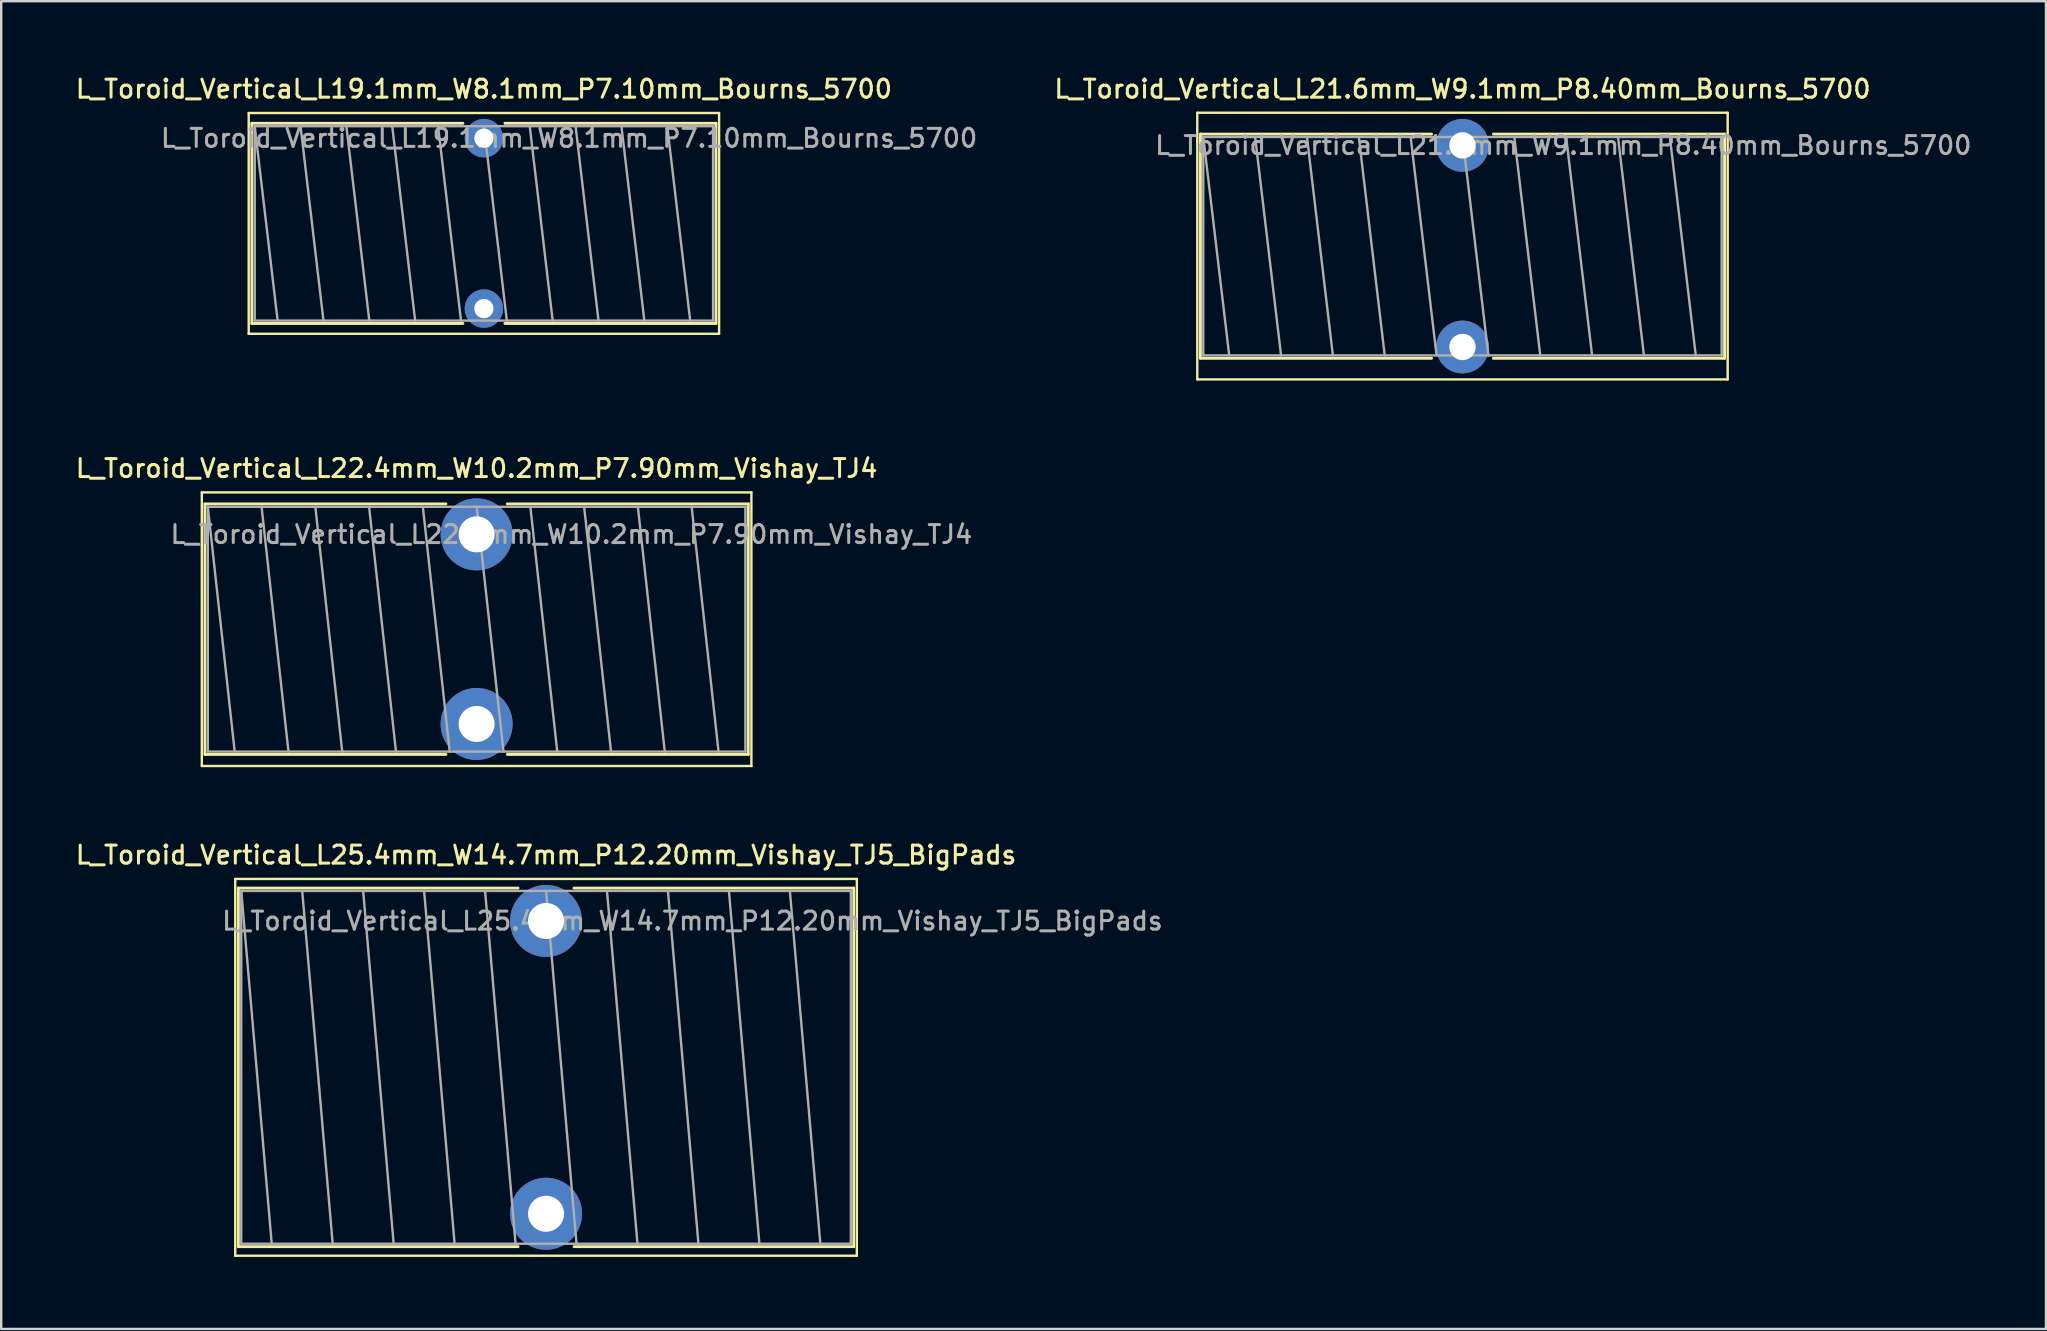
<source format=kicad_pcb>
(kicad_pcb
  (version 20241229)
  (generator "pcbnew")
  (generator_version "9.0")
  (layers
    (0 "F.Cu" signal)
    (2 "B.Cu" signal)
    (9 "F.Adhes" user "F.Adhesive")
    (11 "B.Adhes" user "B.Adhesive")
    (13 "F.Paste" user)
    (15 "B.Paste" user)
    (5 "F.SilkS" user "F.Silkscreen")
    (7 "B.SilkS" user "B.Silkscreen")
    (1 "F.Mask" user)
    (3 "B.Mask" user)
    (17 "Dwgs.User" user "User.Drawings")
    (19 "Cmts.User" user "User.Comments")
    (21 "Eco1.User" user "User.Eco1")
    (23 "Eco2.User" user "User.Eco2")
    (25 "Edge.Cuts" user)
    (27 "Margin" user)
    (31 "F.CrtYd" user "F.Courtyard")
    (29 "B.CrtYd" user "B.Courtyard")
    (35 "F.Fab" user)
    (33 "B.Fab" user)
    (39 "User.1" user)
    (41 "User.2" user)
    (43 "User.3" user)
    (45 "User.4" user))
  (footprint "L_Toroid_Vertical_L25.4mm_W14.7mm_P12.20mm_Vishay_TJ5_BigPads"
    (layer "F.Cu")
    (at 19.702 35.324)
    (property "Reference" "L_Toroid_Vertical_L25.4mm_W14.7mm_P12.20mm_Vishay_TJ5_BigPads" (at 0 -2.75 0) (layer "F.SilkS") (effects (font (size 0.75 0.75) (thickness 0.125))))
    (attr through_hole)
    (fp_line (start -12.95 -1.75) (end -12.95 13.95) (stroke (width 0.1) (type solid)) (layer "F.SilkS"))
    (fp_line (start -12.95 13.95) (end 12.95 13.95) (stroke (width 0.1) (type solid)) (layer "F.SilkS"))
    (fp_line (start -12.82 -1.37) (end -12.82 13.57) (stroke (width 0.12) (type solid)) (layer "F.SilkS"))
    (fp_line (start -12.82 -1.37) (end -1.166 -1.37) (stroke (width 0.12) (type solid)) (layer "F.SilkS"))
    (fp_line (start -12.82 13.57) (end -1.166 13.57) (stroke (width 0.12) (type solid)) (layer "F.SilkS"))
    (fp_line (start 1.166 -1.37) (end 12.82 -1.37) (stroke (width 0.12) (type solid)) (layer "F.SilkS"))
    (fp_line (start 1.166 13.57) (end 12.82 13.57) (stroke (width 0.12) (type solid)) (layer "F.SilkS"))
    (fp_line (start 12.82 -1.37) (end 12.82 13.57) (stroke (width 0.12) (type solid)) (layer "F.SilkS"))
    (fp_line (start 12.95 -1.75) (end -12.95 -1.75) (stroke (width 0.1) (type solid)) (layer "F.SilkS"))
    (fp_line (start 12.95 13.95) (end 12.95 -1.75) (stroke (width 0.1) (type solid)) (layer "F.SilkS"))
    (fp_line (start -12.7 -1.25) (end -12.7 13.45) (stroke (width 0.1) (type solid)) (layer "F.Fab"))
    (fp_line (start -12.7 -1.25) (end -11.43 13.45) (stroke (width 0.1) (type solid)) (layer "F.Fab"))
    (fp_line (start -12.7 13.45) (end 12.7 13.45) (stroke (width 0.1) (type solid)) (layer "F.Fab"))
    (fp_line (start -10.16 -1.25) (end -8.89 13.45) (stroke (width 0.1) (type solid)) (layer "F.Fab"))
    (fp_line (start -7.62 -1.25) (end -6.35 13.45) (stroke (width 0.1) (type solid)) (layer "F.Fab"))
    (fp_line (start -5.08 -1.25) (end -3.81 13.45) (stroke (width 0.1) (type solid)) (layer "F.Fab"))
    (fp_line (start -2.54 -1.25) (end -1.27 13.45) (stroke (width 0.1) (type solid)) (layer "F.Fab"))
    (fp_line (start 0 -1.25) (end 1.27 13.45) (stroke (width 0.1) (type solid)) (layer "F.Fab"))
    (fp_line (start 2.54 -1.25) (end 3.81 13.45) (stroke (width 0.1) (type solid)) (layer "F.Fab"))
    (fp_line (start 5.08 -1.25) (end 6.35 13.45) (stroke (width 0.1) (type solid)) (layer "F.Fab"))
    (fp_line (start 7.62 -1.25) (end 8.89 13.45) (stroke (width 0.1) (type solid)) (layer "F.Fab"))
    (fp_line (start 10.16 -1.25) (end 11.43 13.45) (stroke (width 0.1) (type solid)) (layer "F.Fab"))
    (fp_line (start 12.7 -1.25) (end -12.7 -1.25) (stroke (width 0.1) (type solid)) (layer "F.Fab"))
    (fp_line (start 12.7 13.45) (end 12.7 -1.25) (stroke (width 0.1) (type solid)) (layer "F.Fab"))
    (fp_text user "${REFERENCE}" (at 6.1 0 0) (layer "F.Fab") (effects (font (size 0.75 0.75) (thickness 0.125))))
    (pad "1" thru_hole circle (at 0 0) (size 3 3) (drill 1.5) (layers "*.Cu" "*.Mask"))
    (pad "2" thru_hole circle (at 0 12.2) (size 3 3) (drill 1.5) (layers "*.Cu" "*.Mask")))
  (footprint "L_Toroid_Vertical_L22.4mm_W10.2mm_P7.90mm_Vishay_TJ4"
    (layer "F.Cu")
    (at 16.809 19.216)
    (property "Reference" "L_Toroid_Vertical_L22.4mm_W10.2mm_P7.90mm_Vishay_TJ4" (at 0 -2.75 0) (layer "F.SilkS") (effects (font (size 0.75 0.75) (thickness 0.125))))
    (attr through_hole)
    (fp_line (start -11.45 -1.75) (end -11.45 9.65) (stroke (width 0.1) (type solid)) (layer "F.SilkS"))
    (fp_line (start -11.45 9.65) (end 11.45 9.65) (stroke (width 0.1) (type solid)) (layer "F.SilkS"))
    (fp_line (start -11.32 -1.27) (end -11.32 9.17) (stroke (width 0.12) (type solid)) (layer "F.SilkS"))
    (fp_line (start -11.32 -1.27) (end -1.279 -1.27) (stroke (width 0.12) (type solid)) (layer "F.SilkS"))
    (fp_line (start -11.32 9.17) (end -1.279 9.17) (stroke (width 0.12) (type solid)) (layer "F.SilkS"))
    (fp_line (start 1.279 -1.27) (end 11.32 -1.27) (stroke (width 0.12) (type solid)) (layer "F.SilkS"))
    (fp_line (start 1.279 9.17) (end 11.32 9.17) (stroke (width 0.12) (type solid)) (layer "F.SilkS"))
    (fp_line (start 11.32 -1.27) (end 11.32 9.17) (stroke (width 0.12) (type solid)) (layer "F.SilkS"))
    (fp_line (start 11.45 -1.75) (end -11.45 -1.75) (stroke (width 0.1) (type solid)) (layer "F.SilkS"))
    (fp_line (start 11.45 9.65) (end 11.45 -1.75) (stroke (width 0.1) (type solid)) (layer "F.SilkS"))
    (fp_line (start -11.2 -1.15) (end -11.2 9.05) (stroke (width 0.1) (type solid)) (layer "F.Fab"))
    (fp_line (start -11.2 -1.15) (end -10.08 9.05) (stroke (width 0.1) (type solid)) (layer "F.Fab"))
    (fp_line (start -11.2 9.05) (end 11.2 9.05) (stroke (width 0.1) (type solid)) (layer "F.Fab"))
    (fp_line (start -8.96 -1.15) (end -7.84 9.05) (stroke (width 0.1) (type solid)) (layer "F.Fab"))
    (fp_line (start -6.72 -1.15) (end -5.6 9.05) (stroke (width 0.1) (type solid)) (layer "F.Fab"))
    (fp_line (start -4.48 -1.15) (end -3.36 9.05) (stroke (width 0.1) (type solid)) (layer "F.Fab"))
    (fp_line (start -2.24 -1.15) (end -1.12 9.05) (stroke (width 0.1) (type solid)) (layer "F.Fab"))
    (fp_line (start 0 -1.15) (end 1.12 9.05) (stroke (width 0.1) (type solid)) (layer "F.Fab"))
    (fp_line (start 2.24 -1.15) (end 3.36 9.05) (stroke (width 0.1) (type solid)) (layer "F.Fab"))
    (fp_line (start 4.48 -1.15) (end 5.6 9.05) (stroke (width 0.1) (type solid)) (layer "F.Fab"))
    (fp_line (start 6.72 -1.15) (end 7.84 9.05) (stroke (width 0.1) (type solid)) (layer "F.Fab"))
    (fp_line (start 8.96 -1.15) (end 10.08 9.05) (stroke (width 0.1) (type solid)) (layer "F.Fab"))
    (fp_line (start 11.2 -1.15) (end -11.2 -1.15) (stroke (width 0.1) (type solid)) (layer "F.Fab"))
    (fp_line (start 11.2 9.05) (end 11.2 -1.15) (stroke (width 0.1) (type solid)) (layer "F.Fab"))
    (fp_text user "${REFERENCE}" (at 3.95 0 0) (layer "F.Fab") (effects (font (size 0.75 0.75) (thickness 0.125))))
    (pad "1" thru_hole circle (at 0 0) (size 3 3) (drill 1.5) (layers "*.Cu" "*.Mask"))
    (pad "2" thru_hole circle (at 0 7.9) (size 3 3) (drill 1.5) (layers "*.Cu" "*.Mask")))
  (footprint "L_Toroid_Vertical_L21.6mm_W9.1mm_P8.40mm_Bourns_5700"
    (layer "F.Cu")
    (at 57.888 3.008)
    (property "Reference" "L_Toroid_Vertical_L21.6mm_W9.1mm_P8.40mm_Bourns_5700" (at 0 -2.35 0) (layer "F.SilkS") (effects (font (size 0.75 0.75) (thickness 0.125))))
    (attr through_hole)
    (fp_line (start -11.05 -1.36) (end -11.05 9.75) (stroke (width 0.1) (type solid)) (layer "F.SilkS"))
    (fp_line (start -11.05 9.75) (end 11.05 9.75) (stroke (width 0.1) (type solid)) (layer "F.SilkS"))
    (fp_line (start -10.92 -0.47) (end -10.92 8.87) (stroke (width 0.12) (type solid)) (layer "F.SilkS"))
    (fp_line (start -10.92 -0.47) (end -1.288 -0.47) (stroke (width 0.12) (type solid)) (layer "F.SilkS"))
    (fp_line (start -10.92 8.87) (end -1.288 8.87) (stroke (width 0.12) (type solid)) (layer "F.SilkS"))
    (fp_line (start 1.288 -0.47) (end 10.92 -0.47) (stroke (width 0.12) (type solid)) (layer "F.SilkS"))
    (fp_line (start 1.288 8.87) (end 10.92 8.87) (stroke (width 0.12) (type solid)) (layer "F.SilkS"))
    (fp_line (start 10.92 -0.47) (end 10.92 8.87) (stroke (width 0.12) (type solid)) (layer "F.SilkS"))
    (fp_line (start 11.05 -1.36) (end -11.05 -1.36) (stroke (width 0.1) (type solid)) (layer "F.SilkS"))
    (fp_line (start 11.05 9.75) (end 11.05 -1.36) (stroke (width 0.1) (type solid)) (layer "F.SilkS"))
    (fp_line (start -10.8 -0.35) (end -10.8 8.75) (stroke (width 0.1) (type solid)) (layer "F.Fab"))
    (fp_line (start -10.8 -0.35) (end -9.72 8.75) (stroke (width 0.1) (type solid)) (layer "F.Fab"))
    (fp_line (start -10.8 8.75) (end 10.8 8.75) (stroke (width 0.1) (type solid)) (layer "F.Fab"))
    (fp_line (start -8.64 -0.35) (end -7.56 8.75) (stroke (width 0.1) (type solid)) (layer "F.Fab"))
    (fp_line (start -6.48 -0.35) (end -5.4 8.75) (stroke (width 0.1) (type solid)) (layer "F.Fab"))
    (fp_line (start -4.32 -0.35) (end -3.24 8.75) (stroke (width 0.1) (type solid)) (layer "F.Fab"))
    (fp_line (start -2.16 -0.35) (end -1.08 8.75) (stroke (width 0.1) (type solid)) (layer "F.Fab"))
    (fp_line (start 0 -0.35) (end 1.08 8.75) (stroke (width 0.1) (type solid)) (layer "F.Fab"))
    (fp_line (start 2.16 -0.35) (end 3.24 8.75) (stroke (width 0.1) (type solid)) (layer "F.Fab"))
    (fp_line (start 4.32 -0.35) (end 5.4 8.75) (stroke (width 0.1) (type solid)) (layer "F.Fab"))
    (fp_line (start 6.48 -0.35) (end 7.56 8.75) (stroke (width 0.1) (type solid)) (layer "F.Fab"))
    (fp_line (start 8.64 -0.35) (end 9.72 8.75) (stroke (width 0.1) (type solid)) (layer "F.Fab"))
    (fp_line (start 10.8 -0.35) (end -10.8 -0.35) (stroke (width 0.1) (type solid)) (layer "F.Fab"))
    (fp_line (start 10.8 8.75) (end 10.8 -0.35) (stroke (width 0.1) (type solid)) (layer "F.Fab"))
    (fp_text user "${REFERENCE}" (at 4.2 0 0) (layer "F.Fab") (effects (font (size 0.75 0.75) (thickness 0.125))))
    (pad "1" thru_hole circle (at 0 0) (size 2.2 2.2) (drill 1.1) (layers "*.Cu" "*.Mask"))
    (pad "2" thru_hole circle (at 0 8.4) (size 2.2 2.2) (drill 1.1) (layers "*.Cu" "*.Mask")))
  (footprint "L_Toroid_Vertical_L19.1mm_W8.1mm_P7.10mm_Bourns_5700"
    (layer "F.Cu")
    (at 17.113 2.708)
    (property "Reference" "L_Toroid_Vertical_L19.1mm_W8.1mm_P7.10mm_Bourns_5700" (at 0 -2.05 0) (layer "F.SilkS") (effects (font (size 0.75 0.75) (thickness 0.125))))
    (attr through_hole)
    (fp_line (start -9.8 -1.05) (end -9.8 8.15) (stroke (width 0.1) (type solid)) (layer "F.SilkS"))
    (fp_line (start -9.8 8.15) (end 9.8 8.15) (stroke (width 0.1) (type solid)) (layer "F.SilkS"))
    (fp_line (start -9.67 -0.62) (end -9.67 7.72) (stroke (width 0.12) (type solid)) (layer "F.SilkS"))
    (fp_line (start -9.67 -0.62) (end -0.875 -0.62) (stroke (width 0.12) (type solid)) (layer "F.SilkS"))
    (fp_line (start -9.67 7.72) (end -0.875 7.72) (stroke (width 0.12) (type solid)) (layer "F.SilkS"))
    (fp_line (start 0.875 -0.62) (end 9.67 -0.62) (stroke (width 0.12) (type solid)) (layer "F.SilkS"))
    (fp_line (start 0.875 7.72) (end 9.67 7.72) (stroke (width 0.12) (type solid)) (layer "F.SilkS"))
    (fp_line (start 9.67 -0.62) (end 9.67 7.72) (stroke (width 0.12) (type solid)) (layer "F.SilkS"))
    (fp_line (start 9.8 -1.05) (end -9.8 -1.05) (stroke (width 0.1) (type solid)) (layer "F.SilkS"))
    (fp_line (start 9.8 8.15) (end 9.8 -1.05) (stroke (width 0.1) (type solid)) (layer "F.SilkS"))
    (fp_line (start -9.55 -0.5) (end -9.55 7.6) (stroke (width 0.1) (type solid)) (layer "F.Fab"))
    (fp_line (start -9.55 -0.5) (end -8.595 7.6) (stroke (width 0.1) (type solid)) (layer "F.Fab"))
    (fp_line (start -9.55 7.6) (end 9.55 7.6) (stroke (width 0.1) (type solid)) (layer "F.Fab"))
    (fp_line (start -7.64 -0.5) (end -6.685 7.6) (stroke (width 0.1) (type solid)) (layer "F.Fab"))
    (fp_line (start -5.73 -0.5) (end -4.775 7.6) (stroke (width 0.1) (type solid)) (layer "F.Fab"))
    (fp_line (start -3.82 -0.5) (end -2.865 7.6) (stroke (width 0.1) (type solid)) (layer "F.Fab"))
    (fp_line (start -1.91 -0.5) (end -0.955 7.6) (stroke (width 0.1) (type solid)) (layer "F.Fab"))
    (fp_line (start 0 -0.5) (end 0.955 7.6) (stroke (width 0.1) (type solid)) (layer "F.Fab"))
    (fp_line (start 1.91 -0.5) (end 2.865 7.6) (stroke (width 0.1) (type solid)) (layer "F.Fab"))
    (fp_line (start 3.82 -0.5) (end 4.775 7.6) (stroke (width 0.1) (type solid)) (layer "F.Fab"))
    (fp_line (start 5.73 -0.5) (end 6.685 7.6) (stroke (width 0.1) (type solid)) (layer "F.Fab"))
    (fp_line (start 7.64 -0.5) (end 8.595 7.6) (stroke (width 0.1) (type solid)) (layer "F.Fab"))
    (fp_line (start 9.55 -0.5) (end -9.55 -0.5) (stroke (width 0.1) (type solid)) (layer "F.Fab"))
    (fp_line (start 9.55 7.6) (end 9.55 -0.5) (stroke (width 0.1) (type solid)) (layer "F.Fab"))
    (fp_text user "${REFERENCE}" (at 3.55 0 0) (layer "F.Fab") (effects (font (size 0.75 0.75) (thickness 0.125))))
    (pad "1" thru_hole circle (at 0 0) (size 1.6 1.6) (drill 0.8) (layers "*.Cu" "*.Mask"))
    (pad "2" thru_hole circle (at 0 7.1) (size 1.6 1.6) (drill 0.8) (layers "*.Cu" "*.Mask")))
  (gr_rect
    (start -3 -3)
    (end 82.2 52.324)
    (stroke (width 0.1) (type default))
    (fill no)
    (layer "Edge.Cuts")))
</source>
